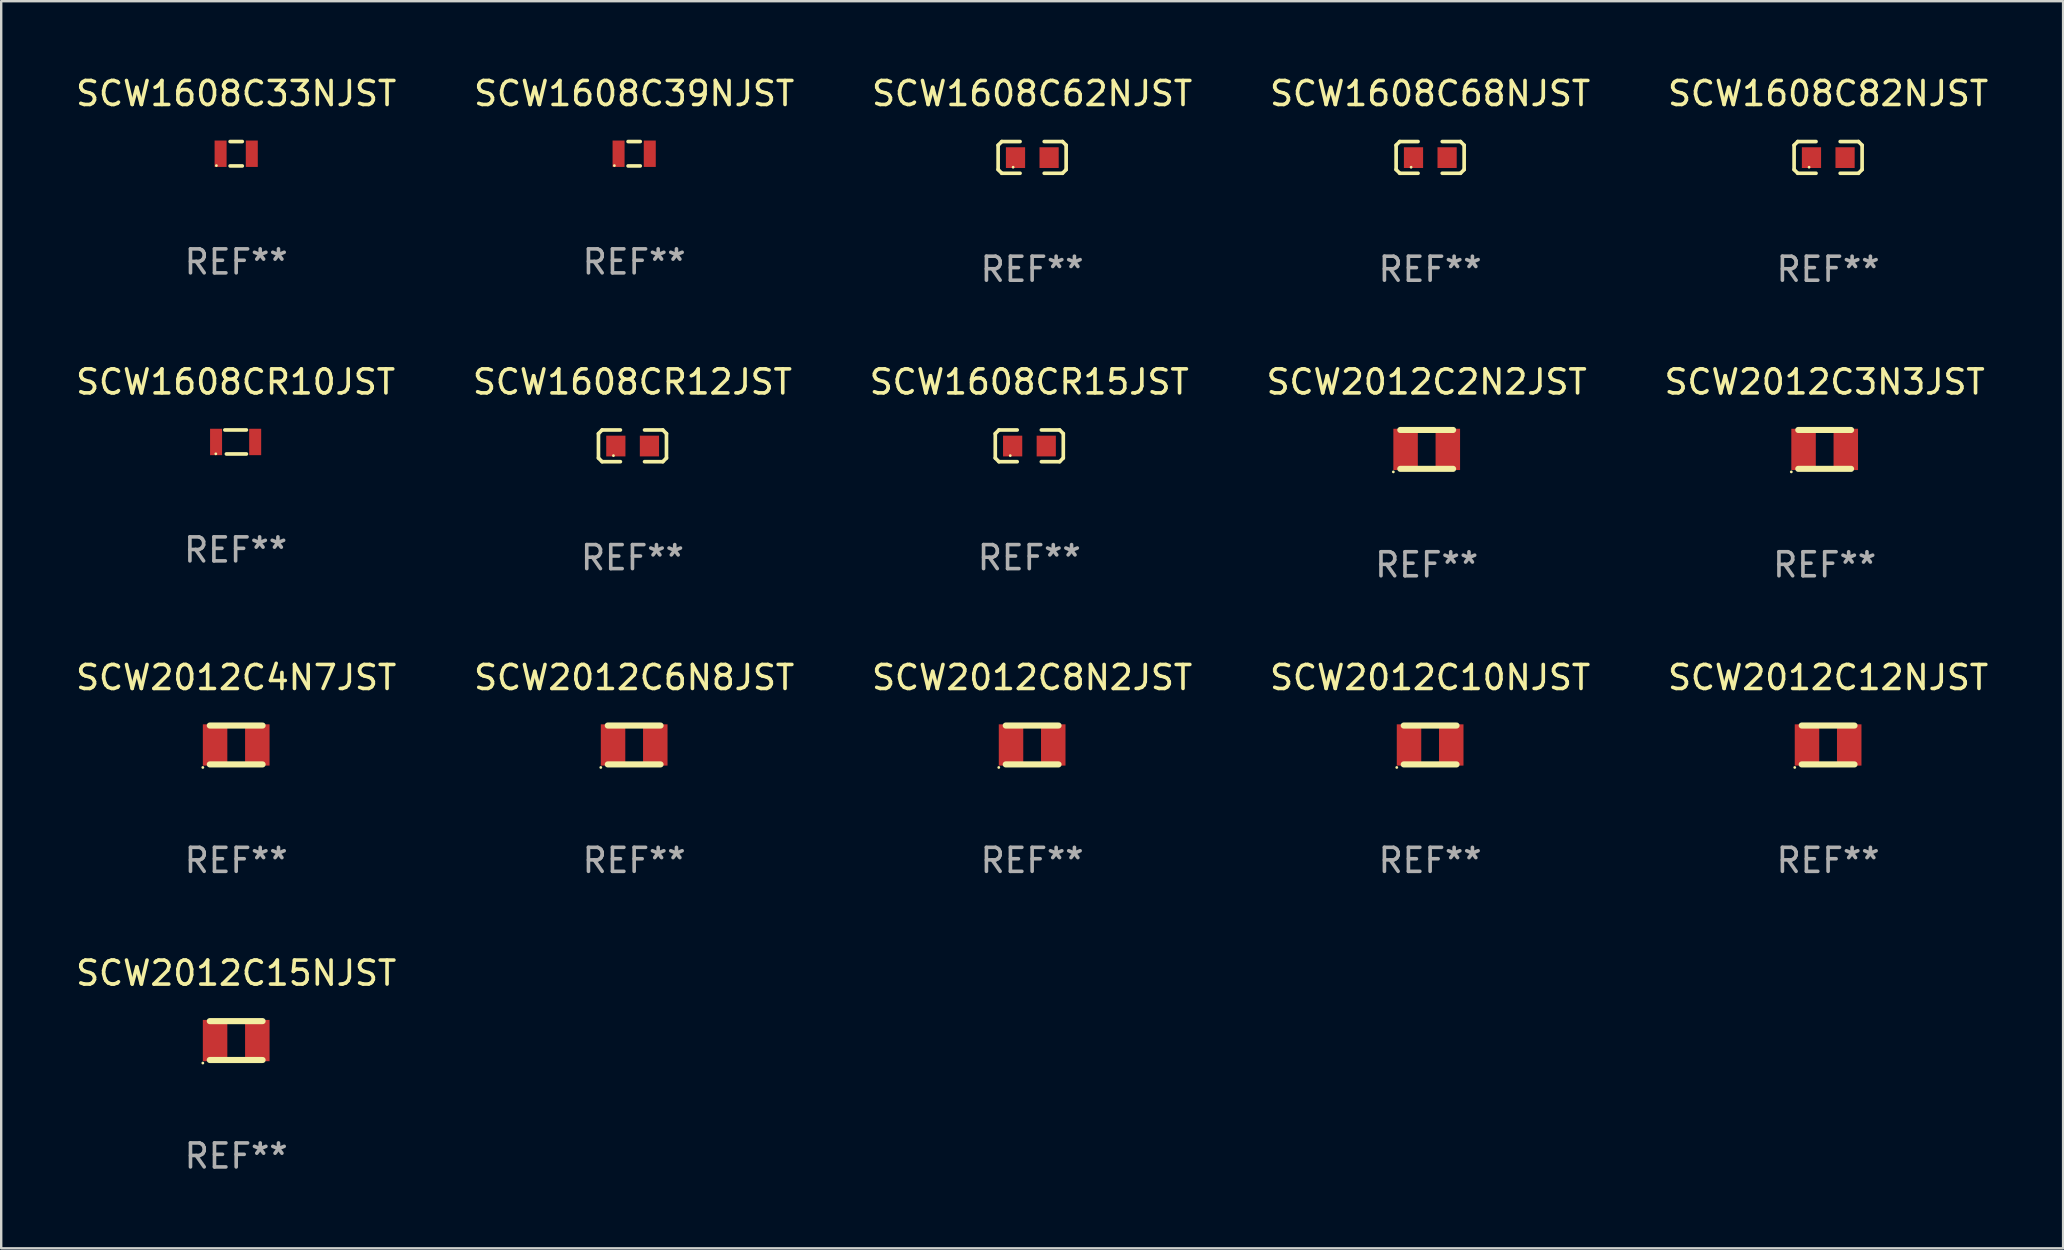
<source format=kicad_pcb>
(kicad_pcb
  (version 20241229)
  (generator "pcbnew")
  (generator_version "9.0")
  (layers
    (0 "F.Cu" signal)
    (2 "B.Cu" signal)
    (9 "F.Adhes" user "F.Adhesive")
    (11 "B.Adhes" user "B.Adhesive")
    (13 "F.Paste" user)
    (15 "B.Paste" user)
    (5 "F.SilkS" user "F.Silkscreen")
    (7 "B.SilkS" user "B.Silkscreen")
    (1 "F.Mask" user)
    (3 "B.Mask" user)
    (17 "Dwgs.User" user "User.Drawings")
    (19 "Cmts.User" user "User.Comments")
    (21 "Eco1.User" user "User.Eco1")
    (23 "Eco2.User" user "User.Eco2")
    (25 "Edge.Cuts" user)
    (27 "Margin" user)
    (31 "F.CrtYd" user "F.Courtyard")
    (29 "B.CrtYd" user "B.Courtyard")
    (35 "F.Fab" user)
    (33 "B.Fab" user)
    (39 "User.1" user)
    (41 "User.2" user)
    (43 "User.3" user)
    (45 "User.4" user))
  (footprint "SCW1608C33NJST"
    (layer "F.Cu")
    (at 6.792 3.356)
    (property "Reference" "SCW1608C33NJST" (at 0 -2.508 0) (layer "F.SilkS") (effects (font (size 1 1) (thickness 0.15))))
    (attr through_hole)
    (fp_line (start -0.254 -0.508) (end 0.254 -0.508) (stroke (width 0.152) (type solid)) (layer "F.SilkS"))
    (fp_line (start -0.254 0.508) (end 0.254 0.508) (stroke (width 0.152) (type solid)) (layer "F.SilkS"))
    (fp_circle (center -0.825 0.495) (end -0.795 0.495) (stroke (width 0.06) (type solid)) (fill no) (layer "F.SilkS"))
    (fp_text user "REF**" (at 0 4.508 0) (layer "F.Fab") (effects (font (size 1 1) (thickness 0.15))))
    (pad "1" smd rect (at -0.65 0) (size 0.5 1.1) (layers "F.Cu" "F.Mask" "F.Paste"))
    (pad "2" smd rect (at 0.65 0) (size 0.5 1.1) (layers "F.Cu" "F.Mask" "F.Paste")))
  (footprint "SCW1608C82NJST"
    (layer "F.Cu")
    (at 73.125 3.509)
    (property "Reference" "SCW1608C82NJST" (at 0 -2.661 0) (layer "F.SilkS") (effects (font (size 1 1) (thickness 0.15))))
    (attr through_hole)
    (fp_line (start -1.417 -0.508) (end -1.265 -0.661) (stroke (width 0.152) (type solid)) (layer "F.SilkS"))
    (fp_line (start -1.417 0.508) (end -1.417 -0.508) (stroke (width 0.152) (type solid)) (layer "F.SilkS"))
    (fp_line (start -1.265 -0.661) (end -0.503 -0.661) (stroke (width 0.152) (type solid)) (layer "F.SilkS"))
    (fp_line (start -1.265 0.661) (end -1.417 0.508) (stroke (width 0.152) (type solid)) (layer "F.SilkS"))
    (fp_line (start -1.265 0.661) (end -0.503 0.661) (stroke (width 0.152) (type solid)) (layer "F.SilkS"))
    (fp_line (start 1.265 -0.661) (end 0.503 -0.661) (stroke (width 0.152) (type solid)) (layer "F.SilkS"))
    (fp_line (start 1.265 -0.661) (end 1.417 -0.508) (stroke (width 0.152) (type solid)) (layer "F.SilkS"))
    (fp_line (start 1.265 0.661) (end 0.503 0.661) (stroke (width 0.152) (type solid)) (layer "F.SilkS"))
    (fp_line (start 1.417 -0.508) (end 1.417 0.508) (stroke (width 0.152) (type solid)) (layer "F.SilkS"))
    (fp_line (start 1.417 0.508) (end 1.265 0.661) (stroke (width 0.152) (type solid)) (layer "F.SilkS"))
    (fp_circle (center -0.793 0.409) (end -0.763 0.409) (stroke (width 0.06) (type solid)) (fill no) (layer "F.SilkS"))
    (fp_text user "REF**" (at 0 4.661 0) (layer "F.Fab") (effects (font (size 1 1) (thickness 0.15))))
    (pad "1" smd rect (at -0.693 0.009 180) (size 0.8 0.864) (layers "F.Cu" "F.Mask" "F.Paste"))
    (pad "2" smd rect (at 0.707 0.009 180) (size 0.8 0.864) (layers "F.Cu" "F.Mask" "F.Paste")))
  (footprint "SCW1608C68NJST"
    (layer "F.Cu")
    (at 56.542 3.509)
    (property "Reference" "SCW1608C68NJST" (at 0 -2.661 0) (layer "F.SilkS") (effects (font (size 1 1) (thickness 0.15))))
    (attr through_hole)
    (fp_line (start -1.417 -0.508) (end -1.265 -0.661) (stroke (width 0.152) (type solid)) (layer "F.SilkS"))
    (fp_line (start -1.417 0.508) (end -1.417 -0.508) (stroke (width 0.152) (type solid)) (layer "F.SilkS"))
    (fp_line (start -1.265 -0.661) (end -0.503 -0.661) (stroke (width 0.152) (type solid)) (layer "F.SilkS"))
    (fp_line (start -1.265 0.661) (end -1.417 0.508) (stroke (width 0.152) (type solid)) (layer "F.SilkS"))
    (fp_line (start -1.265 0.661) (end -0.503 0.661) (stroke (width 0.152) (type solid)) (layer "F.SilkS"))
    (fp_line (start 1.265 -0.661) (end 0.503 -0.661) (stroke (width 0.152) (type solid)) (layer "F.SilkS"))
    (fp_line (start 1.265 -0.661) (end 1.417 -0.508) (stroke (width 0.152) (type solid)) (layer "F.SilkS"))
    (fp_line (start 1.265 0.661) (end 0.503 0.661) (stroke (width 0.152) (type solid)) (layer "F.SilkS"))
    (fp_line (start 1.417 -0.508) (end 1.417 0.508) (stroke (width 0.152) (type solid)) (layer "F.SilkS"))
    (fp_line (start 1.417 0.508) (end 1.265 0.661) (stroke (width 0.152) (type solid)) (layer "F.SilkS"))
    (fp_circle (center -0.793 0.409) (end -0.763 0.409) (stroke (width 0.06) (type solid)) (fill no) (layer "F.SilkS"))
    (fp_text user "REF**" (at 0 4.661 0) (layer "F.Fab") (effects (font (size 1 1) (thickness 0.15))))
    (pad "1" smd rect (at -0.693 0.009 180) (size 0.8 0.864) (layers "F.Cu" "F.Mask" "F.Paste"))
    (pad "2" smd rect (at 0.707 0.009 180) (size 0.8 0.864) (layers "F.Cu" "F.Mask" "F.Paste")))
  (footprint "SCW2012C4N7JST"
    (layer "F.Cu")
    (at 6.792 27.992)
    (property "Reference" "SCW2012C4N7JST" (at 0 -2.81 0) (layer "F.SilkS") (effects (font (size 1 1) (thickness 0.15))))
    (attr through_hole)
    (fp_line (start -1.1 -0.81) (end 1.1 -0.81) (stroke (width 0.254) (type solid)) (layer "F.SilkS"))
    (fp_line (start -1.1 0.81) (end 1.1 0.81) (stroke (width 0.254) (type solid)) (layer "F.SilkS"))
    (fp_circle (center -1.39 0.937) (end -1.36 0.937) (stroke (width 0.06) (type solid)) (fill no) (layer "F.SilkS"))
    (fp_text user "REF**" (at 0 4.81 0) (layer "F.Fab") (effects (font (size 1 1) (thickness 0.15))))
    (pad "1" smd rect (at -0.88 0 270) (size 1.72 1.02) (layers "F.Cu" "F.Mask" "F.Paste"))
    (pad "2" smd rect (at 0.88 0 90) (size 1.72 1.02) (layers "F.Cu" "F.Mask" "F.Paste")))
  (footprint "SCW1608C39NJST"
    (layer "F.Cu")
    (at 23.375 3.356)
    (property "Reference" "SCW1608C39NJST" (at 0 -2.508 0) (layer "F.SilkS") (effects (font (size 1 1) (thickness 0.15))))
    (attr through_hole)
    (fp_line (start -0.254 -0.508) (end 0.254 -0.508) (stroke (width 0.152) (type solid)) (layer "F.SilkS"))
    (fp_line (start -0.254 0.508) (end 0.254 0.508) (stroke (width 0.152) (type solid)) (layer "F.SilkS"))
    (fp_circle (center -0.825 0.495) (end -0.795 0.495) (stroke (width 0.06) (type solid)) (fill no) (layer "F.SilkS"))
    (fp_text user "REF**" (at 0 4.508 0) (layer "F.Fab") (effects (font (size 1 1) (thickness 0.15))))
    (pad "1" smd rect (at -0.65 0) (size 0.5 1.1) (layers "F.Cu" "F.Mask" "F.Paste"))
    (pad "2" smd rect (at 0.65 0) (size 0.5 1.1) (layers "F.Cu" "F.Mask" "F.Paste")))
  (footprint "SCW2012C2N2JST"
    (layer "F.Cu")
    (at 56.399 15.676)
    (property "Reference" "SCW2012C2N2JST" (at 0 -2.81 0) (layer "F.SilkS") (effects (font (size 1 1) (thickness 0.15))))
    (attr through_hole)
    (fp_line (start -1.1 -0.81) (end 1.1 -0.81) (stroke (width 0.254) (type solid)) (layer "F.SilkS"))
    (fp_line (start -1.1 0.81) (end 1.1 0.81) (stroke (width 0.254) (type solid)) (layer "F.SilkS"))
    (fp_circle (center -1.39 0.937) (end -1.36 0.937) (stroke (width 0.06) (type solid)) (fill no) (layer "F.SilkS"))
    (fp_text user "REF**" (at 0 4.81 0) (layer "F.Fab") (effects (font (size 1 1) (thickness 0.15))))
    (pad "1" smd rect (at -0.88 0 270) (size 1.72 1.02) (layers "F.Cu" "F.Mask" "F.Paste"))
    (pad "2" smd rect (at 0.88 0 90) (size 1.72 1.02) (layers "F.Cu" "F.Mask" "F.Paste")))
  (footprint "SCW2012C3N3JST"
    (layer "F.Cu")
    (at 72.982 15.676)
    (property "Reference" "SCW2012C3N3JST" (at 0 -2.81 0) (layer "F.SilkS") (effects (font (size 1 1) (thickness 0.15))))
    (attr through_hole)
    (fp_line (start -1.1 -0.81) (end 1.1 -0.81) (stroke (width 0.254) (type solid)) (layer "F.SilkS"))
    (fp_line (start -1.1 0.81) (end 1.1 0.81) (stroke (width 0.254) (type solid)) (layer "F.SilkS"))
    (fp_circle (center -1.39 0.937) (end -1.36 0.937) (stroke (width 0.06) (type solid)) (fill no) (layer "F.SilkS"))
    (fp_text user "REF**" (at 0 4.81 0) (layer "F.Fab") (effects (font (size 1 1) (thickness 0.15))))
    (pad "1" smd rect (at -0.88 0) (size 1.02 1.72) (layers "F.Cu" "F.Mask" "F.Paste"))
    (pad "2" smd rect (at 0.88 0) (size 1.02 1.72) (layers "F.Cu" "F.Mask" "F.Paste")))
  (footprint "SCW1608CR15JST"
    (layer "F.Cu")
    (at 39.839 15.527)
    (property "Reference" "SCW1608CR15JST" (at 0 -2.661 0) (layer "F.SilkS") (effects (font (size 1 1) (thickness 0.15))))
    (attr through_hole)
    (fp_line (start -1.417 -0.508) (end -1.265 -0.661) (stroke (width 0.152) (type solid)) (layer "F.SilkS"))
    (fp_line (start -1.417 0.508) (end -1.417 -0.508) (stroke (width 0.152) (type solid)) (layer "F.SilkS"))
    (fp_line (start -1.265 -0.661) (end -0.503 -0.661) (stroke (width 0.152) (type solid)) (layer "F.SilkS"))
    (fp_line (start -1.265 0.661) (end -1.417 0.508) (stroke (width 0.152) (type solid)) (layer "F.SilkS"))
    (fp_line (start -1.265 0.661) (end -0.503 0.661) (stroke (width 0.152) (type solid)) (layer "F.SilkS"))
    (fp_line (start 1.265 -0.661) (end 0.503 -0.661) (stroke (width 0.152) (type solid)) (layer "F.SilkS"))
    (fp_line (start 1.265 -0.661) (end 1.417 -0.508) (stroke (width 0.152) (type solid)) (layer "F.SilkS"))
    (fp_line (start 1.265 0.661) (end 0.503 0.661) (stroke (width 0.152) (type solid)) (layer "F.SilkS"))
    (fp_line (start 1.417 -0.508) (end 1.417 0.508) (stroke (width 0.152) (type solid)) (layer "F.SilkS"))
    (fp_line (start 1.417 0.508) (end 1.265 0.661) (stroke (width 0.152) (type solid)) (layer "F.SilkS"))
    (fp_circle (center -0.793 0.409) (end -0.763 0.409) (stroke (width 0.06) (type solid)) (fill no) (layer "F.SilkS"))
    (fp_text user "REF**" (at 0 4.661 0) (layer "F.Fab") (effects (font (size 1 1) (thickness 0.15))))
    (pad "1" smd rect (at -0.693 0.009 180) (size 0.8 0.864) (layers "F.Cu" "F.Mask" "F.Paste"))
    (pad "2" smd rect (at 0.707 0.009 180) (size 0.8 0.864) (layers "F.Cu" "F.Mask" "F.Paste")))
  (footprint "SCW1608CR12JST"
    (layer "F.Cu")
    (at 23.304 15.527)
    (property "Reference" "SCW1608CR12JST" (at 0 -2.661 0) (layer "F.SilkS") (effects (font (size 1 1) (thickness 0.15))))
    (attr through_hole)
    (fp_line (start -1.417 -0.508) (end -1.265 -0.661) (stroke (width 0.152) (type solid)) (layer "F.SilkS"))
    (fp_line (start -1.417 0.508) (end -1.417 -0.508) (stroke (width 0.152) (type solid)) (layer "F.SilkS"))
    (fp_line (start -1.265 -0.661) (end -0.503 -0.661) (stroke (width 0.152) (type solid)) (layer "F.SilkS"))
    (fp_line (start -1.265 0.661) (end -1.417 0.508) (stroke (width 0.152) (type solid)) (layer "F.SilkS"))
    (fp_line (start -1.265 0.661) (end -0.503 0.661) (stroke (width 0.152) (type solid)) (layer "F.SilkS"))
    (fp_line (start 1.265 -0.661) (end 0.503 -0.661) (stroke (width 0.152) (type solid)) (layer "F.SilkS"))
    (fp_line (start 1.265 -0.661) (end 1.417 -0.508) (stroke (width 0.152) (type solid)) (layer "F.SilkS"))
    (fp_line (start 1.265 0.661) (end 0.503 0.661) (stroke (width 0.152) (type solid)) (layer "F.SilkS"))
    (fp_line (start 1.417 -0.508) (end 1.417 0.508) (stroke (width 0.152) (type solid)) (layer "F.SilkS"))
    (fp_line (start 1.417 0.508) (end 1.265 0.661) (stroke (width 0.152) (type solid)) (layer "F.SilkS"))
    (fp_circle (center -0.793 0.409) (end -0.763 0.409) (stroke (width 0.06) (type solid)) (fill no) (layer "F.SilkS"))
    (fp_text user "REF**" (at 0 4.661 0) (layer "F.Fab") (effects (font (size 1 1) (thickness 0.15))))
    (pad "1" smd rect (at -0.693 0.009 180) (size 0.8 0.864) (layers "F.Cu" "F.Mask" "F.Paste"))
    (pad "2" smd rect (at 0.707 0.009 180) (size 0.8 0.864) (layers "F.Cu" "F.Mask" "F.Paste")))
  (footprint "SCW2012C10NJST"
    (layer "F.Cu")
    (at 56.542 27.992)
    (property "Reference" "SCW2012C10NJST" (at 0 -2.81 0) (layer "F.SilkS") (effects (font (size 1 1) (thickness 0.15))))
    (attr through_hole)
    (fp_line (start -1.1 -0.81) (end 1.1 -0.81) (stroke (width 0.254) (type solid)) (layer "F.SilkS"))
    (fp_line (start -1.1 0.81) (end 1.1 0.81) (stroke (width 0.254) (type solid)) (layer "F.SilkS"))
    (fp_circle (center -1.39 0.937) (end -1.36 0.937) (stroke (width 0.06) (type solid)) (fill no) (layer "F.SilkS"))
    (fp_text user "REF**" (at 0 4.81 0) (layer "F.Fab") (effects (font (size 1 1) (thickness 0.15))))
    (pad "1" smd rect (at -0.88 0 270) (size 1.72 1.02) (layers "F.Cu" "F.Mask" "F.Paste"))
    (pad "2" smd rect (at 0.88 0 90) (size 1.72 1.02) (layers "F.Cu" "F.Mask" "F.Paste")))
  (footprint "SCW1608CR10JST"
    (layer "F.Cu")
    (at 6.768 15.366)
    (property "Reference" "SCW1608CR10JST" (at 0 -2.5 0) (layer "F.SilkS") (effects (font (size 1 1) (thickness 0.15))))
    (attr through_hole)
    (fp_line (start -0.45 -0.5) (end 0.45 -0.5) (stroke (width 0.152) (type solid)) (layer "F.SilkS"))
    (fp_line (start -0.385 0.5) (end 0.45 0.5) (stroke (width 0.152) (type solid)) (layer "F.SilkS"))
    (fp_circle (center -0.825 0.495) (end -0.795 0.495) (stroke (width 0.06) (type solid)) (fill no) (layer "F.SilkS"))
    (fp_text user "REF**" (at 0 4.5 0) (layer "F.Fab") (effects (font (size 1 1) (thickness 0.15))))
    (pad "1" smd rect (at -0.815 0) (size 0.5 1.1) (layers "F.Cu" "F.Mask" "F.Paste"))
    (pad "2" smd rect (at 0.815 0) (size 0.5 1.1) (layers "F.Cu" "F.Mask" "F.Paste")))
  (footprint "SCW2012C15NJST"
    (layer "F.Cu")
    (at 6.792 40.309)
    (property "Reference" "SCW2012C15NJST" (at 0 -2.81 0) (layer "F.SilkS") (effects (font (size 1 1) (thickness 0.15))))
    (attr through_hole)
    (fp_line (start -1.1 -0.81) (end 1.1 -0.81) (stroke (width 0.254) (type solid)) (layer "F.SilkS"))
    (fp_line (start -1.1 0.81) (end 1.1 0.81) (stroke (width 0.254) (type solid)) (layer "F.SilkS"))
    (fp_circle (center -1.39 0.937) (end -1.36 0.937) (stroke (width 0.06) (type solid)) (fill no) (layer "F.SilkS"))
    (fp_text user "REF**" (at 0 4.81 0) (layer "F.Fab") (effects (font (size 1 1) (thickness 0.15))))
    (pad "1" smd rect (at -0.88 0) (size 1.02 1.72) (layers "F.Cu" "F.Mask" "F.Paste"))
    (pad "2" smd rect (at 0.88 0) (size 1.02 1.72) (layers "F.Cu" "F.Mask" "F.Paste")))
  (footprint "SCW1608C62NJST"
    (layer "F.Cu")
    (at 39.958 3.509)
    (property "Reference" "SCW1608C62NJST" (at 0 -2.661 0) (layer "F.SilkS") (effects (font (size 1 1) (thickness 0.15))))
    (attr through_hole)
    (fp_line (start -1.417 -0.508) (end -1.265 -0.661) (stroke (width 0.152) (type solid)) (layer "F.SilkS"))
    (fp_line (start -1.417 0.508) (end -1.417 -0.508) (stroke (width 0.152) (type solid)) (layer "F.SilkS"))
    (fp_line (start -1.265 -0.661) (end -0.503 -0.661) (stroke (width 0.152) (type solid)) (layer "F.SilkS"))
    (fp_line (start -1.265 0.661) (end -1.417 0.508) (stroke (width 0.152) (type solid)) (layer "F.SilkS"))
    (fp_line (start -1.265 0.661) (end -0.503 0.661) (stroke (width 0.152) (type solid)) (layer "F.SilkS"))
    (fp_line (start 1.265 -0.661) (end 0.503 -0.661) (stroke (width 0.152) (type solid)) (layer "F.SilkS"))
    (fp_line (start 1.265 -0.661) (end 1.417 -0.508) (stroke (width 0.152) (type solid)) (layer "F.SilkS"))
    (fp_line (start 1.265 0.661) (end 0.503 0.661) (stroke (width 0.152) (type solid)) (layer "F.SilkS"))
    (fp_line (start 1.417 -0.508) (end 1.417 0.508) (stroke (width 0.152) (type solid)) (layer "F.SilkS"))
    (fp_line (start 1.417 0.508) (end 1.265 0.661) (stroke (width 0.152) (type solid)) (layer "F.SilkS"))
    (fp_circle (center -0.793 0.409) (end -0.763 0.409) (stroke (width 0.06) (type solid)) (fill no) (layer "F.SilkS"))
    (fp_text user "REF**" (at 0 4.661 0) (layer "F.Fab") (effects (font (size 1 1) (thickness 0.15))))
    (pad "1" smd rect (at -0.693 0.009 180) (size 0.8 0.864) (layers "F.Cu" "F.Mask" "F.Paste"))
    (pad "2" smd rect (at 0.707 0.009 180) (size 0.8 0.864) (layers "F.Cu" "F.Mask" "F.Paste")))
  (footprint "SCW2012C12NJST"
    (layer "F.Cu")
    (at 73.125 27.992)
    (property "Reference" "SCW2012C12NJST" (at 0 -2.81 0) (layer "F.SilkS") (effects (font (size 1 1) (thickness 0.15))))
    (attr through_hole)
    (fp_line (start -1.1 -0.81) (end 1.1 -0.81) (stroke (width 0.254) (type solid)) (layer "F.SilkS"))
    (fp_line (start -1.1 0.81) (end 1.1 0.81) (stroke (width 0.254) (type solid)) (layer "F.SilkS"))
    (fp_circle (center -1.39 0.937) (end -1.36 0.937) (stroke (width 0.06) (type solid)) (fill no) (layer "F.SilkS"))
    (fp_text user "REF**" (at 0 4.81 0) (layer "F.Fab") (effects (font (size 1 1) (thickness 0.15))))
    (pad "1" smd rect (at -0.88 0) (size 1.02 1.72) (layers "F.Cu" "F.Mask" "F.Paste"))
    (pad "2" smd rect (at 0.88 0) (size 1.02 1.72) (layers "F.Cu" "F.Mask" "F.Paste")))
  (footprint "SCW2012C8N2JST"
    (layer "F.Cu")
    (at 39.958 27.992)
    (property "Reference" "SCW2012C8N2JST" (at 0 -2.81 0) (layer "F.SilkS") (effects (font (size 1 1) (thickness 0.15))))
    (attr through_hole)
    (fp_line (start -1.1 -0.81) (end 1.1 -0.81) (stroke (width 0.254) (type solid)) (layer "F.SilkS"))
    (fp_line (start -1.1 0.81) (end 1.1 0.81) (stroke (width 0.254) (type solid)) (layer "F.SilkS"))
    (fp_circle (center -1.39 0.937) (end -1.36 0.937) (stroke (width 0.06) (type solid)) (fill no) (layer "F.SilkS"))
    (fp_text user "REF**" (at 0 4.81 0) (layer "F.Fab") (effects (font (size 1 1) (thickness 0.15))))
    (pad "1" smd rect (at -0.88 0 270) (size 1.72 1.02) (layers "F.Cu" "F.Mask" "F.Paste"))
    (pad "2" smd rect (at 0.88 0 90) (size 1.72 1.02) (layers "F.Cu" "F.Mask" "F.Paste")))
  (footprint "SCW2012C6N8JST"
    (layer "F.Cu")
    (at 23.375 27.992)
    (property "Reference" "SCW2012C6N8JST" (at 0 -2.81 0) (layer "F.SilkS") (effects (font (size 1 1) (thickness 0.15))))
    (attr through_hole)
    (fp_line (start -1.1 -0.81) (end 1.1 -0.81) (stroke (width 0.254) (type solid)) (layer "F.SilkS"))
    (fp_line (start -1.1 0.81) (end 1.1 0.81) (stroke (width 0.254) (type solid)) (layer "F.SilkS"))
    (fp_circle (center -1.39 0.937) (end -1.36 0.937) (stroke (width 0.06) (type solid)) (fill no) (layer "F.SilkS"))
    (fp_text user "REF**" (at 0 4.81 0) (layer "F.Fab") (effects (font (size 1 1) (thickness 0.15))))
    (pad "1" smd rect (at -0.88 0) (size 1.02 1.72) (layers "F.Cu" "F.Mask" "F.Paste"))
    (pad "2" smd rect (at 0.88 0) (size 1.02 1.72) (layers "F.Cu" "F.Mask" "F.Paste")))
  (gr_rect
    (start -3 -3)
    (end 82.917 48.967)
    (stroke (width 0.1) (type default))
    (fill no)
    (layer "Edge.Cuts")))
</source>
